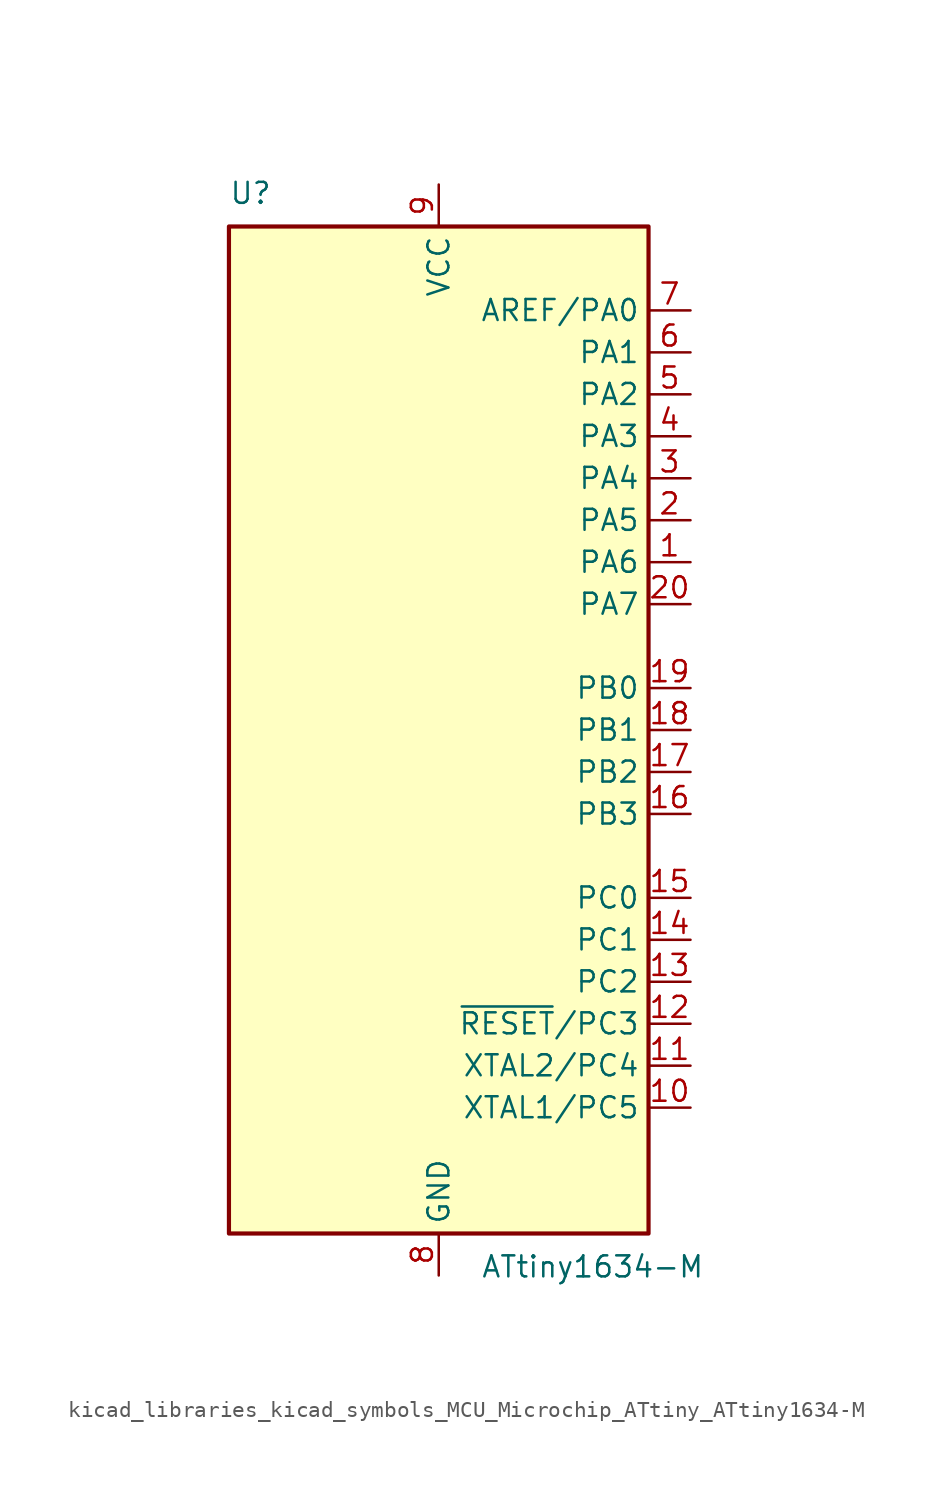
<source format=kicad_sym>
(kicad_symbol_lib
  (version 20220914)
  (generator kicad_symbol_editor)
  (symbol "kicad_libraries_kicad_symbols_MCU_Microchip_ATtiny_ATtiny1634-M"
    (property "Reference" "U"
      (at -12.7 31.75 0)
      (effects (font (size 1.27 1.27)) (justify left bottom)))
    (property "Value" "ATtiny1634-M"
      (at 2.54 -31.75 0)
      (effects (font (size 1.27 1.27)) (justify left top)))
    (symbol "kicad_libraries_kicad_symbols_MCU_Microchip_ATtiny_ATtiny1634-M_0_1"
      (rectangle (start -12.7 -30.48) (end 12.7 30.48) (stroke (width 0.254) (type default)) (fill (type background))))
    (symbol "kicad_libraries_kicad_symbols_MCU_Microchip_ATtiny_ATtiny1634-M_1_1"
      (pin bidirectional line (at 15.24 10.16 180) (length 2.54) (name "PA6" (effects (font (size 1.27 1.27)))) (number "1" (effects (font (size 1.27 1.27)))))
      (pin bidirectional line (at 15.24 -22.86 180) (length 2.54) (name "XTAL1/PC5" (effects (font (size 1.27 1.27)))) (number "10" (effects (font (size 1.27 1.27)))))
      (pin bidirectional line (at 15.24 -20.32 180) (length 2.54) (name "XTAL2/PC4" (effects (font (size 1.27 1.27)))) (number "11" (effects (font (size 1.27 1.27)))))
      (pin bidirectional line (at 15.24 -17.78 180) (length 2.54) (name "~{RESET}/PC3" (effects (font (size 1.27 1.27)))) (number "12" (effects (font (size 1.27 1.27)))))
      (pin bidirectional line (at 15.24 -15.24 180) (length 2.54) (name "PC2" (effects (font (size 1.27 1.27)))) (number "13" (effects (font (size 1.27 1.27)))))
      (pin bidirectional line (at 15.24 -12.7 180) (length 2.54) (name "PC1" (effects (font (size 1.27 1.27)))) (number "14" (effects (font (size 1.27 1.27)))))
      (pin bidirectional line (at 15.24 -10.16 180) (length 2.54) (name "PC0" (effects (font (size 1.27 1.27)))) (number "15" (effects (font (size 1.27 1.27)))))
      (pin bidirectional line (at 15.24 -5.08 180) (length 2.54) (name "PB3" (effects (font (size 1.27 1.27)))) (number "16" (effects (font (size 1.27 1.27)))))
      (pin bidirectional line (at 15.24 -2.54 180) (length 2.54) (name "PB2" (effects (font (size 1.27 1.27)))) (number "17" (effects (font (size 1.27 1.27)))))
      (pin bidirectional line (at 15.24 0 180) (length 2.54) (name "PB1" (effects (font (size 1.27 1.27)))) (number "18" (effects (font (size 1.27 1.27)))))
      (pin bidirectional line (at 15.24 2.54 180) (length 2.54) (name "PB0" (effects (font (size 1.27 1.27)))) (number "19" (effects (font (size 1.27 1.27)))))
      (pin bidirectional line (at 15.24 12.7 180) (length 2.54) (name "PA5" (effects (font (size 1.27 1.27)))) (number "2" (effects (font (size 1.27 1.27)))))
      (pin bidirectional line (at 15.24 7.62 180) (length 2.54) (name "PA7" (effects (font (size 1.27 1.27)))) (number "20" (effects (font (size 1.27 1.27)))))
      (pin passive line (at 0 -33.02 90) (length 2.54) hide (name "GND" (effects (font (size 1.27 1.27)))) (number "21" (effects (font (size 1.27 1.27)))))
      (pin bidirectional line (at 15.24 15.24 180) (length 2.54) (name "PA4" (effects (font (size 1.27 1.27)))) (number "3" (effects (font (size 1.27 1.27)))))
      (pin bidirectional line (at 15.24 17.78 180) (length 2.54) (name "PA3" (effects (font (size 1.27 1.27)))) (number "4" (effects (font (size 1.27 1.27)))))
      (pin bidirectional line (at 15.24 20.32 180) (length 2.54) (name "PA2" (effects (font (size 1.27 1.27)))) (number "5" (effects (font (size 1.27 1.27)))))
      (pin bidirectional line (at 15.24 22.86 180) (length 2.54) (name "PA1" (effects (font (size 1.27 1.27)))) (number "6" (effects (font (size 1.27 1.27)))))
      (pin bidirectional line (at 15.24 25.4 180) (length 2.54) (name "AREF/PA0" (effects (font (size 1.27 1.27)))) (number "7" (effects (font (size 1.27 1.27)))))
      (pin power_in line (at 0 -33.02 90) (length 2.54) (name "GND" (effects (font (size 1.27 1.27)))) (number "8" (effects (font (size 1.27 1.27)))))
      (pin power_in line (at 0 33.02 270) (length 2.54) (name "VCC" (effects (font (size 1.27 1.27)))) (number "9" (effects (font (size 1.27 1.27))))))))
</source>
